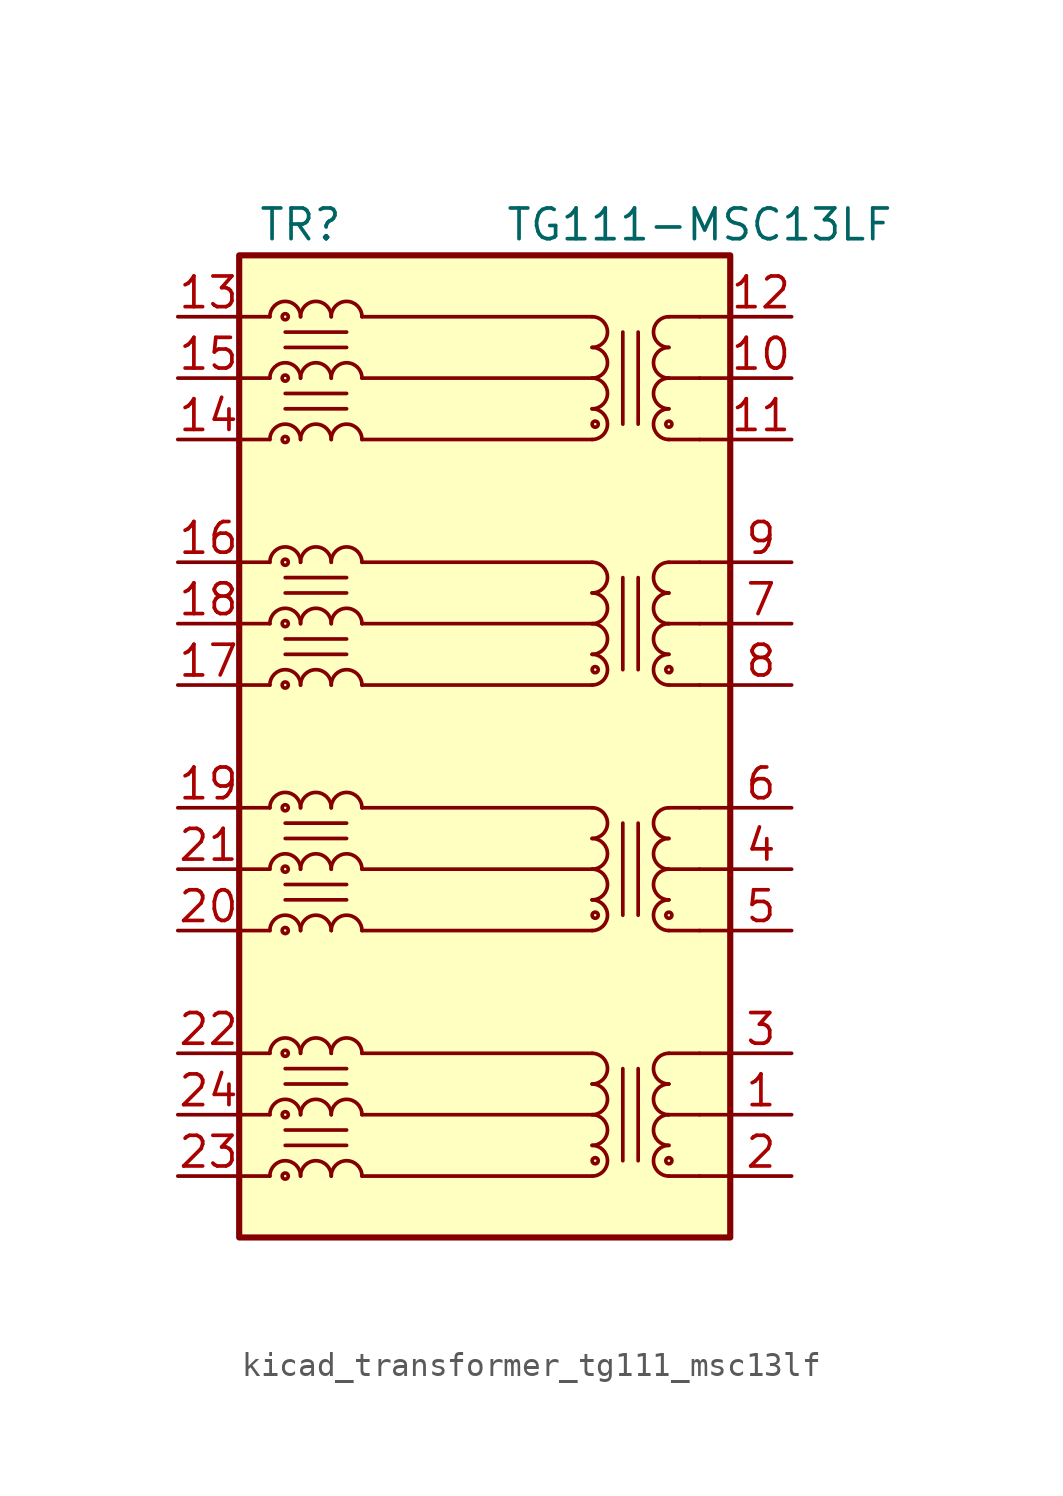
<source format=kicad_sym>
(kicad_symbol_lib
  (version 20220914)
  (generator kicad_symbol_editor)
  (symbol "kicad_transformer_tg111_msc13lf"
    (pin_names hide)
    (property "Reference" "TR"
      (at -7.62 21.59 0)
      (effects (font (size 1.27 1.27))))
    (property "Value" "TG111-MSC13LF"
      (at 8.89 21.59 0)
      (effects (font (size 1.27 1.27))))
    (symbol "kicad_transformer_tg111_msc13lf_0_1"
      (polyline (pts (xy 10.16 -17.78) (xy 8.89 -17.78)) (stroke (width 0) (type default)) (fill (type none)))
      (polyline (pts (xy 10.16 -15.24) (xy 8.89 -15.24)) (stroke (width 0) (type default)) (fill (type none)))
      (polyline (pts (xy 10.16 -12.7) (xy 8.89 -12.7)) (stroke (width 0) (type default)) (fill (type none)))
      (rectangle (start 10.16 20.32) (end -10.16 -20.32) (stroke (width 0.254) (type default)) (fill (type background)))
      (pin passive line (at 12.7 -15.24 180) (length 2.54) (name "TCT1" (effects (font (size 1.27 1.27)))) (number "1" (effects (font (size 1.27 1.27)))))
      (pin passive line (at 12.7 15.24 180) (length 2.54) (name "TCT4" (effects (font (size 1.27 1.27)))) (number "10" (effects (font (size 1.27 1.27)))))
      (pin passive line (at 12.7 12.7 180) (length 2.54) (name "TD4+" (effects (font (size 1.27 1.27)))) (number "11" (effects (font (size 1.27 1.27)))))
      (pin passive line (at 12.7 17.78 180) (length 2.54) (name "TD4-" (effects (font (size 1.27 1.27)))) (number "12" (effects (font (size 1.27 1.27)))))
      (pin passive line (at -12.7 17.78 0) (length 2.54) (name "MX4-" (effects (font (size 1.27 1.27)))) (number "13" (effects (font (size 1.27 1.27)))))
      (pin passive line (at -12.7 12.7 0) (length 2.54) (name "MX4+" (effects (font (size 1.27 1.27)))) (number "14" (effects (font (size 1.27 1.27)))))
      (pin passive line (at -12.7 15.24 0) (length 2.54) (name "MCT4" (effects (font (size 1.27 1.27)))) (number "15" (effects (font (size 1.27 1.27)))))
      (pin passive line (at -12.7 7.62 0) (length 2.54) (name "MTX3-" (effects (font (size 1.27 1.27)))) (number "16" (effects (font (size 1.27 1.27)))))
      (pin passive line (at -12.7 2.54 0) (length 2.54) (name "MTX3+" (effects (font (size 1.27 1.27)))) (number "17" (effects (font (size 1.27 1.27)))))
      (pin passive line (at -12.7 5.08 0) (length 2.54) (name "MCT3" (effects (font (size 1.27 1.27)))) (number "18" (effects (font (size 1.27 1.27)))))
      (pin passive line (at -12.7 -2.54 0) (length 2.54) (name "MTX2-" (effects (font (size 1.27 1.27)))) (number "19" (effects (font (size 1.27 1.27)))))
      (pin passive line (at 12.7 -17.78 180) (length 2.54) (name "TD1+" (effects (font (size 1.27 1.27)))) (number "2" (effects (font (size 1.27 1.27)))))
      (pin passive line (at -12.7 -7.62 0) (length 2.54) (name "MTX2+" (effects (font (size 1.27 1.27)))) (number "20" (effects (font (size 1.27 1.27)))))
      (pin passive line (at -12.7 -5.08 0) (length 2.54) (name "MCT2" (effects (font (size 1.27 1.27)))) (number "21" (effects (font (size 1.27 1.27)))))
      (pin passive line (at -12.7 -12.7 0) (length 2.54) (name "MTX1-" (effects (font (size 1.27 1.27)))) (number "22" (effects (font (size 1.27 1.27)))))
      (pin passive line (at -12.7 -17.78 0) (length 2.54) (name "MTX1+" (effects (font (size 1.27 1.27)))) (number "23" (effects (font (size 1.27 1.27)))))
      (pin passive line (at -12.7 -15.24 0) (length 2.54) (name "MTC1" (effects (font (size 1.27 1.27)))) (number "24" (effects (font (size 1.27 1.27)))))
      (pin passive line (at 12.7 -12.7 180) (length 2.54) (name "TD1-" (effects (font (size 1.27 1.27)))) (number "3" (effects (font (size 1.27 1.27)))))
      (pin passive line (at 12.7 -5.08 180) (length 2.54) (name "TCT2" (effects (font (size 1.27 1.27)))) (number "4" (effects (font (size 1.27 1.27)))))
      (pin passive line (at 12.7 -7.62 180) (length 2.54) (name "TD2+" (effects (font (size 1.27 1.27)))) (number "5" (effects (font (size 1.27 1.27)))))
      (pin passive line (at 12.7 -2.54 180) (length 2.54) (name "TD2-" (effects (font (size 1.27 1.27)))) (number "6" (effects (font (size 1.27 1.27)))))
      (pin passive line (at 12.7 5.08 180) (length 2.54) (name "TCT3" (effects (font (size 1.27 1.27)))) (number "7" (effects (font (size 1.27 1.27)))))
      (pin passive line (at 12.7 2.54 180) (length 2.54) (name "TD3+" (effects (font (size 1.27 1.27)))) (number "8" (effects (font (size 1.27 1.27)))))
      (pin passive line (at 12.7 7.62 180) (length 2.54) (name "TD3-" (effects (font (size 1.27 1.27)))) (number "9" (effects (font (size 1.27 1.27))))))
    (symbol "kicad_transformer_tg111_msc13lf_1_1"
      (circle (center -8.255 -17.78) (radius 0.127) (stroke (width 0) (type default)) (fill (type none)))
      (circle (center -8.255 -15.24) (radius 0.127) (stroke (width 0) (type default)) (fill (type none)))
      (circle (center -8.255 -12.7) (radius 0.127) (stroke (width 0) (type default)) (fill (type none)))
      (circle (center -8.255 -7.62) (radius 0.127) (stroke (width 0) (type default)) (fill (type none)))
      (circle (center -8.255 -5.08) (radius 0.127) (stroke (width 0) (type default)) (fill (type none)))
      (circle (center -8.255 -2.54) (radius 0.127) (stroke (width 0) (type default)) (fill (type none)))
      (circle (center -8.255 2.54) (radius 0.127) (stroke (width 0) (type default)) (fill (type none)))
      (circle (center -8.255 5.08) (radius 0.127) (stroke (width 0) (type default)) (fill (type none)))
      (circle (center -8.255 7.62) (radius 0.127) (stroke (width 0) (type default)) (fill (type none)))
      (circle (center -8.255 12.7) (radius 0.127) (stroke (width 0) (type default)) (fill (type none)))
      (circle (center -8.255 15.24) (radius 0.127) (stroke (width 0) (type default)) (fill (type none)))
      (circle (center -8.255 17.78) (radius 0.127) (stroke (width 0) (type default)) (fill (type none)))
      (arc (start -7.62 -17.78) (mid -8.255 -17.1477) (end -8.89 -17.78) (stroke (width 0) (type default)) (fill (type none)))
      (arc (start -7.62 -15.24) (mid -8.255 -14.6077) (end -8.89 -15.24) (stroke (width 0) (type default)) (fill (type none)))
      (arc (start -7.62 -12.7) (mid -8.255 -12.0677) (end -8.89 -12.7) (stroke (width 0) (type default)) (fill (type none)))
      (arc (start -7.62 -7.62) (mid -8.255 -6.9877) (end -8.89 -7.62) (stroke (width 0) (type default)) (fill (type none)))
      (arc (start -7.62 -5.08) (mid -8.255 -4.4477) (end -8.89 -5.08) (stroke (width 0) (type default)) (fill (type none)))
      (arc (start -7.62 -2.54) (mid -8.255 -1.9077) (end -8.89 -2.54) (stroke (width 0) (type default)) (fill (type none)))
      (arc (start -7.62 2.54) (mid -8.255 3.1723) (end -8.89 2.54) (stroke (width 0) (type default)) (fill (type none)))
      (arc (start -7.62 5.08) (mid -8.255 5.7123) (end -8.89 5.08) (stroke (width 0) (type default)) (fill (type none)))
      (arc (start -7.62 7.62) (mid -8.255 8.2523) (end -8.89 7.62) (stroke (width 0) (type default)) (fill (type none)))
      (arc (start -7.62 12.7) (mid -8.255 13.3323) (end -8.89 12.7) (stroke (width 0) (type default)) (fill (type none)))
      (arc (start -7.62 15.24) (mid -8.255 15.8723) (end -8.89 15.24) (stroke (width 0) (type default)) (fill (type none)))
      (arc (start -7.62 17.78) (mid -8.255 18.4123) (end -8.89 17.78) (stroke (width 0) (type default)) (fill (type none)))
      (arc (start -6.35 -17.78) (mid -6.985 -17.1477) (end -7.62 -17.78) (stroke (width 0) (type default)) (fill (type none)))
      (arc (start -6.35 -15.24) (mid -6.985 -14.6077) (end -7.62 -15.24) (stroke (width 0) (type default)) (fill (type none)))
      (arc (start -6.35 -12.7) (mid -6.985 -12.0677) (end -7.62 -12.7) (stroke (width 0) (type default)) (fill (type none)))
      (arc (start -6.35 -7.62) (mid -6.985 -6.9877) (end -7.62 -7.62) (stroke (width 0) (type default)) (fill (type none)))
      (arc (start -6.35 -5.08) (mid -6.985 -4.4477) (end -7.62 -5.08) (stroke (width 0) (type default)) (fill (type none)))
      (arc (start -6.35 -2.54) (mid -6.985 -1.9077) (end -7.62 -2.54) (stroke (width 0) (type default)) (fill (type none)))
      (arc (start -6.35 2.54) (mid -6.985 3.1723) (end -7.62 2.54) (stroke (width 0) (type default)) (fill (type none)))
      (arc (start -6.35 5.08) (mid -6.985 5.7123) (end -7.62 5.08) (stroke (width 0) (type default)) (fill (type none)))
      (arc (start -6.35 7.62) (mid -6.985 8.2523) (end -7.62 7.62) (stroke (width 0) (type default)) (fill (type none)))
      (arc (start -6.35 12.7) (mid -6.985 13.3323) (end -7.62 12.7) (stroke (width 0) (type default)) (fill (type none)))
      (arc (start -6.35 15.24) (mid -6.985 15.8723) (end -7.62 15.24) (stroke (width 0) (type default)) (fill (type none)))
      (arc (start -6.35 17.78) (mid -6.985 18.4123) (end -7.62 17.78) (stroke (width 0) (type default)) (fill (type none)))
      (arc (start -5.08 -17.78) (mid -5.715 -17.1477) (end -6.35 -17.78) (stroke (width 0) (type default)) (fill (type none)))
      (arc (start -5.08 -15.24) (mid -5.715 -14.6077) (end -6.35 -15.24) (stroke (width 0) (type default)) (fill (type none)))
      (arc (start -5.08 -12.7) (mid -5.715 -12.0677) (end -6.35 -12.7) (stroke (width 0) (type default)) (fill (type none)))
      (arc (start -5.08 -7.62) (mid -5.715 -6.9877) (end -6.35 -7.62) (stroke (width 0) (type default)) (fill (type none)))
      (arc (start -5.08 -5.08) (mid -5.715 -4.4477) (end -6.35 -5.08) (stroke (width 0) (type default)) (fill (type none)))
      (arc (start -5.08 -2.54) (mid -5.715 -1.9077) (end -6.35 -2.54) (stroke (width 0) (type default)) (fill (type none)))
      (arc (start -5.08 2.54) (mid -5.715 3.1723) (end -6.35 2.54) (stroke (width 0) (type default)) (fill (type none)))
      (arc (start -5.08 5.08) (mid -5.715 5.7123) (end -6.35 5.08) (stroke (width 0) (type default)) (fill (type none)))
      (arc (start -5.08 7.62) (mid -5.715 8.2523) (end -6.35 7.62) (stroke (width 0) (type default)) (fill (type none)))
      (arc (start -5.08 12.7) (mid -5.715 13.3323) (end -6.35 12.7) (stroke (width 0) (type default)) (fill (type none)))
      (arc (start -5.08 15.24) (mid -5.715 15.8723) (end -6.35 15.24) (stroke (width 0) (type default)) (fill (type none)))
      (arc (start -5.08 17.78) (mid -5.715 18.4123) (end -6.35 17.78) (stroke (width 0) (type default)) (fill (type none)))
      (polyline (pts (xy -10.16 -17.78) (xy -8.89 -17.78)) (stroke (width 0) (type default)) (fill (type none)))
      (polyline (pts (xy -10.16 -15.24) (xy -8.89 -15.24)) (stroke (width 0) (type default)) (fill (type none)))
      (polyline (pts (xy -10.16 -12.7) (xy -8.89 -12.7)) (stroke (width 0) (type default)) (fill (type none)))
      (polyline (pts (xy -10.16 -7.62) (xy -8.89 -7.62)) (stroke (width 0) (type default)) (fill (type none)))
      (polyline (pts (xy -10.16 -5.08) (xy -8.89 -5.08)) (stroke (width 0) (type default)) (fill (type none)))
      (polyline (pts (xy -10.16 -2.54) (xy -8.89 -2.54)) (stroke (width 0) (type default)) (fill (type none)))
      (polyline (pts (xy -10.16 2.54) (xy -8.89 2.54)) (stroke (width 0) (type default)) (fill (type none)))
      (polyline (pts (xy -10.16 5.08) (xy -8.89 5.08)) (stroke (width 0) (type default)) (fill (type none)))
      (polyline (pts (xy -10.16 7.62) (xy -8.89 7.62)) (stroke (width 0) (type default)) (fill (type none)))
      (polyline (pts (xy -10.16 12.7) (xy -8.89 12.7)) (stroke (width 0) (type default)) (fill (type none)))
      (polyline (pts (xy -10.16 15.24) (xy -8.89 15.24)) (stroke (width 0) (type default)) (fill (type none)))
      (polyline (pts (xy -10.16 17.78) (xy -8.89 17.78)) (stroke (width 0) (type default)) (fill (type none)))
      (polyline (pts (xy -8.255 -16.51) (xy -5.715 -16.51)) (stroke (width 0) (type default)) (fill (type none)))
      (polyline (pts (xy -8.255 -15.875) (xy -5.715 -15.875)) (stroke (width 0) (type default)) (fill (type none)))
      (polyline (pts (xy -8.255 -13.97) (xy -5.715 -13.97)) (stroke (width 0) (type default)) (fill (type none)))
      (polyline (pts (xy -8.255 -13.335) (xy -5.715 -13.335)) (stroke (width 0) (type default)) (fill (type none)))
      (polyline (pts (xy -8.255 -6.35) (xy -5.715 -6.35)) (stroke (width 0) (type default)) (fill (type none)))
      (polyline (pts (xy -8.255 -5.715) (xy -5.715 -5.715)) (stroke (width 0) (type default)) (fill (type none)))
      (polyline (pts (xy -8.255 -3.81) (xy -5.715 -3.81)) (stroke (width 0) (type default)) (fill (type none)))
      (polyline (pts (xy -8.255 -3.175) (xy -5.715 -3.175)) (stroke (width 0) (type default)) (fill (type none)))
      (polyline (pts (xy -8.255 3.81) (xy -5.715 3.81)) (stroke (width 0) (type default)) (fill (type none)))
      (polyline (pts (xy -8.255 4.445) (xy -5.715 4.445)) (stroke (width 0) (type default)) (fill (type none)))
      (polyline (pts (xy -8.255 6.35) (xy -5.715 6.35)) (stroke (width 0) (type default)) (fill (type none)))
      (polyline (pts (xy -8.255 6.985) (xy -5.715 6.985)) (stroke (width 0) (type default)) (fill (type none)))
      (polyline (pts (xy -8.255 13.97) (xy -5.715 13.97)) (stroke (width 0) (type default)) (fill (type none)))
      (polyline (pts (xy -8.255 14.605) (xy -5.715 14.605)) (stroke (width 0) (type default)) (fill (type none)))
      (polyline (pts (xy -8.255 16.51) (xy -5.715 16.51)) (stroke (width 0) (type default)) (fill (type none)))
      (polyline (pts (xy -8.255 17.145) (xy -5.715 17.145)) (stroke (width 0) (type default)) (fill (type none)))
      (polyline (pts (xy -5.08 -17.78) (xy 4.445 -17.78)) (stroke (width 0) (type default)) (fill (type none)))
      (polyline (pts (xy -5.08 -15.24) (xy 4.445 -15.24)) (stroke (width 0) (type default)) (fill (type none)))
      (polyline (pts (xy -5.08 -12.7) (xy 4.445 -12.7)) (stroke (width 0) (type default)) (fill (type none)))
      (polyline (pts (xy -5.08 -7.62) (xy 4.445 -7.62)) (stroke (width 0) (type default)) (fill (type none)))
      (polyline (pts (xy -5.08 -5.08) (xy 4.445 -5.08)) (stroke (width 0) (type default)) (fill (type none)))
      (polyline (pts (xy -5.08 -2.54) (xy 4.445 -2.54)) (stroke (width 0) (type default)) (fill (type none)))
      (polyline (pts (xy -5.08 2.54) (xy 4.445 2.54)) (stroke (width 0) (type default)) (fill (type none)))
      (polyline (pts (xy -5.08 5.08) (xy 4.445 5.08)) (stroke (width 0) (type default)) (fill (type none)))
      (polyline (pts (xy -5.08 7.62) (xy 4.445 7.62)) (stroke (width 0) (type default)) (fill (type none)))
      (polyline (pts (xy -5.08 12.7) (xy 4.445 12.7)) (stroke (width 0) (type default)) (fill (type none)))
      (polyline (pts (xy -5.08 15.24) (xy 4.445 15.24)) (stroke (width 0) (type default)) (fill (type none)))
      (polyline (pts (xy -5.08 17.78) (xy 4.445 17.78)) (stroke (width 0) (type default)) (fill (type none)))
      (polyline (pts (xy 5.715 -13.335) (xy 5.715 -17.145)) (stroke (width 0) (type default)) (fill (type none)))
      (polyline (pts (xy 5.715 -3.175) (xy 5.715 -6.985)) (stroke (width 0) (type default)) (fill (type none)))
      (polyline (pts (xy 5.715 6.985) (xy 5.715 3.175)) (stroke (width 0) (type default)) (fill (type none)))
      (polyline (pts (xy 5.715 17.145) (xy 5.715 13.335)) (stroke (width 0) (type default)) (fill (type none)))
      (polyline (pts (xy 6.35 -13.335) (xy 6.35 -17.145)) (stroke (width 0) (type default)) (fill (type none)))
      (polyline (pts (xy 6.35 -3.175) (xy 6.35 -6.985)) (stroke (width 0) (type default)) (fill (type none)))
      (polyline (pts (xy 6.35 6.985) (xy 6.35 3.175)) (stroke (width 0) (type default)) (fill (type none)))
      (polyline (pts (xy 6.35 17.145) (xy 6.35 13.335)) (stroke (width 0) (type default)) (fill (type none)))
      (polyline (pts (xy 8.89 -17.78) (xy 7.62 -17.78)) (stroke (width 0) (type default)) (fill (type none)))
      (polyline (pts (xy 8.89 -15.24) (xy 7.62 -15.24)) (stroke (width 0) (type default)) (fill (type none)))
      (polyline (pts (xy 8.89 -12.7) (xy 7.62 -12.7)) (stroke (width 0) (type default)) (fill (type none)))
      (polyline (pts (xy 8.89 -7.62) (xy 7.62 -7.62)) (stroke (width 0) (type default)) (fill (type none)))
      (polyline (pts (xy 8.89 -5.08) (xy 7.62 -5.08)) (stroke (width 0) (type default)) (fill (type none)))
      (polyline (pts (xy 8.89 -2.54) (xy 7.62 -2.54)) (stroke (width 0) (type default)) (fill (type none)))
      (polyline (pts (xy 8.89 2.54) (xy 7.62 2.54)) (stroke (width 0) (type default)) (fill (type none)))
      (polyline (pts (xy 8.89 5.08) (xy 7.62 5.08)) (stroke (width 0) (type default)) (fill (type none)))
      (polyline (pts (xy 8.89 7.62) (xy 7.62 7.62)) (stroke (width 0) (type default)) (fill (type none)))
      (polyline (pts (xy 8.89 12.7) (xy 7.62 12.7)) (stroke (width 0) (type default)) (fill (type none)))
      (polyline (pts (xy 8.89 15.24) (xy 7.62 15.24)) (stroke (width 0) (type default)) (fill (type none)))
      (polyline (pts (xy 8.89 17.78) (xy 7.62 17.78)) (stroke (width 0) (type default)) (fill (type none)))
      (polyline (pts (xy 10.16 -7.62) (xy 8.89 -7.62)) (stroke (width 0) (type default)) (fill (type none)))
      (polyline (pts (xy 10.16 -5.08) (xy 8.89 -5.08)) (stroke (width 0) (type default)) (fill (type none)))
      (polyline (pts (xy 10.16 -2.54) (xy 8.89 -2.54)) (stroke (width 0) (type default)) (fill (type none)))
      (polyline (pts (xy 10.16 2.54) (xy 8.89 2.54)) (stroke (width 0) (type default)) (fill (type none)))
      (polyline (pts (xy 10.16 5.08) (xy 8.89 5.08)) (stroke (width 0) (type default)) (fill (type none)))
      (polyline (pts (xy 10.16 7.62) (xy 8.89 7.62)) (stroke (width 0) (type default)) (fill (type none)))
      (polyline (pts (xy 10.16 12.7) (xy 8.89 12.7)) (stroke (width 0) (type default)) (fill (type none)))
      (polyline (pts (xy 10.16 15.24) (xy 8.89 15.24)) (stroke (width 0) (type default)) (fill (type none)))
      (polyline (pts (xy 10.16 17.78) (xy 8.89 17.78)) (stroke (width 0) (type default)) (fill (type none)))
      (arc (start 4.445 -17.78) (mid 5.0773 -17.145) (end 4.445 -16.51) (stroke (width 0) (type default)) (fill (type none)))
      (arc (start 4.445 -16.51) (mid 5.0773 -15.875) (end 4.445 -15.24) (stroke (width 0) (type default)) (fill (type none)))
      (arc (start 4.445 -15.24) (mid 5.0773 -14.605) (end 4.445 -13.97) (stroke (width 0) (type default)) (fill (type none)))
      (arc (start 4.445 -13.97) (mid 5.0773 -13.335) (end 4.445 -12.7) (stroke (width 0) (type default)) (fill (type none)))
      (arc (start 4.445 -7.62) (mid 5.0773 -6.985) (end 4.445 -6.35) (stroke (width 0) (type default)) (fill (type none)))
      (arc (start 4.445 -6.35) (mid 5.0773 -5.715) (end 4.445 -5.08) (stroke (width 0) (type default)) (fill (type none)))
      (arc (start 4.445 -5.08) (mid 5.0773 -4.445) (end 4.445 -3.81) (stroke (width 0) (type default)) (fill (type none)))
      (arc (start 4.445 -3.81) (mid 5.0773 -3.175) (end 4.445 -2.54) (stroke (width 0) (type default)) (fill (type none)))
      (arc (start 4.445 2.54) (mid 5.0773 3.175) (end 4.445 3.81) (stroke (width 0) (type default)) (fill (type none)))
      (arc (start 4.445 3.81) (mid 5.0773 4.445) (end 4.445 5.08) (stroke (width 0) (type default)) (fill (type none)))
      (arc (start 4.445 5.08) (mid 5.0773 5.715) (end 4.445 6.35) (stroke (width 0) (type default)) (fill (type none)))
      (arc (start 4.445 6.35) (mid 5.0773 6.985) (end 4.445 7.62) (stroke (width 0) (type default)) (fill (type none)))
      (arc (start 4.445 12.7) (mid 5.0773 13.335) (end 4.445 13.97) (stroke (width 0) (type default)) (fill (type none)))
      (arc (start 4.445 13.97) (mid 5.0773 14.605) (end 4.445 15.24) (stroke (width 0) (type default)) (fill (type none)))
      (arc (start 4.445 15.24) (mid 5.0773 15.875) (end 4.445 16.51) (stroke (width 0) (type default)) (fill (type none)))
      (arc (start 4.445 16.51) (mid 5.0773 17.145) (end 4.445 17.78) (stroke (width 0) (type default)) (fill (type none)))
      (circle (center 4.572 -17.145) (radius 0.127) (stroke (width 0) (type default)) (fill (type none)))
      (circle (center 4.572 -6.985) (radius 0.127) (stroke (width 0) (type default)) (fill (type none)))
      (circle (center 4.572 3.175) (radius 0.127) (stroke (width 0) (type default)) (fill (type none)))
      (circle (center 4.572 13.335) (radius 0.127) (stroke (width 0) (type default)) (fill (type none)))
      (circle (center 7.62 -17.145) (radius 0.127) (stroke (width 0) (type default)) (fill (type none)))
      (arc (start 7.62 -16.51) (mid 6.9877 -17.145) (end 7.62 -17.78) (stroke (width 0) (type default)) (fill (type none)))
      (arc (start 7.62 -15.24) (mid 6.9877 -15.875) (end 7.62 -16.51) (stroke (width 0) (type default)) (fill (type none)))
      (arc (start 7.62 -13.97) (mid 6.9877 -14.605) (end 7.62 -15.24) (stroke (width 0) (type default)) (fill (type none)))
      (arc (start 7.62 -12.7) (mid 6.9877 -13.335) (end 7.62 -13.97) (stroke (width 0) (type default)) (fill (type none)))
      (circle (center 7.62 -6.985) (radius 0.127) (stroke (width 0) (type default)) (fill (type none)))
      (arc (start 7.62 -6.35) (mid 6.9877 -6.985) (end 7.62 -7.62) (stroke (width 0) (type default)) (fill (type none)))
      (arc (start 7.62 -5.08) (mid 6.9877 -5.715) (end 7.62 -6.35) (stroke (width 0) (type default)) (fill (type none)))
      (arc (start 7.62 -3.81) (mid 6.9877 -4.445) (end 7.62 -5.08) (stroke (width 0) (type default)) (fill (type none)))
      (arc (start 7.62 -2.54) (mid 6.9877 -3.175) (end 7.62 -3.81) (stroke (width 0) (type default)) (fill (type none)))
      (circle (center 7.62 3.175) (radius 0.127) (stroke (width 0) (type default)) (fill (type none)))
      (arc (start 7.62 3.81) (mid 6.9877 3.175) (end 7.62 2.54) (stroke (width 0) (type default)) (fill (type none)))
      (arc (start 7.62 5.08) (mid 6.9877 4.445) (end 7.62 3.81) (stroke (width 0) (type default)) (fill (type none)))
      (arc (start 7.62 6.35) (mid 6.9877 5.715) (end 7.62 5.08) (stroke (width 0) (type default)) (fill (type none)))
      (arc (start 7.62 7.62) (mid 6.9877 6.985) (end 7.62 6.35) (stroke (width 0) (type default)) (fill (type none)))
      (circle (center 7.62 13.335) (radius 0.127) (stroke (width 0) (type default)) (fill (type none)))
      (arc (start 7.62 13.97) (mid 6.9877 13.335) (end 7.62 12.7) (stroke (width 0) (type default)) (fill (type none)))
      (arc (start 7.62 15.24) (mid 6.9877 14.605) (end 7.62 13.97) (stroke (width 0) (type default)) (fill (type none)))
      (arc (start 7.62 16.51) (mid 6.9877 15.875) (end 7.62 15.24) (stroke (width 0) (type default)) (fill (type none)))
      (arc (start 7.62 17.78) (mid 6.9877 17.145) (end 7.62 16.51) (stroke (width 0) (type default)) (fill (type none))))))
</source>
